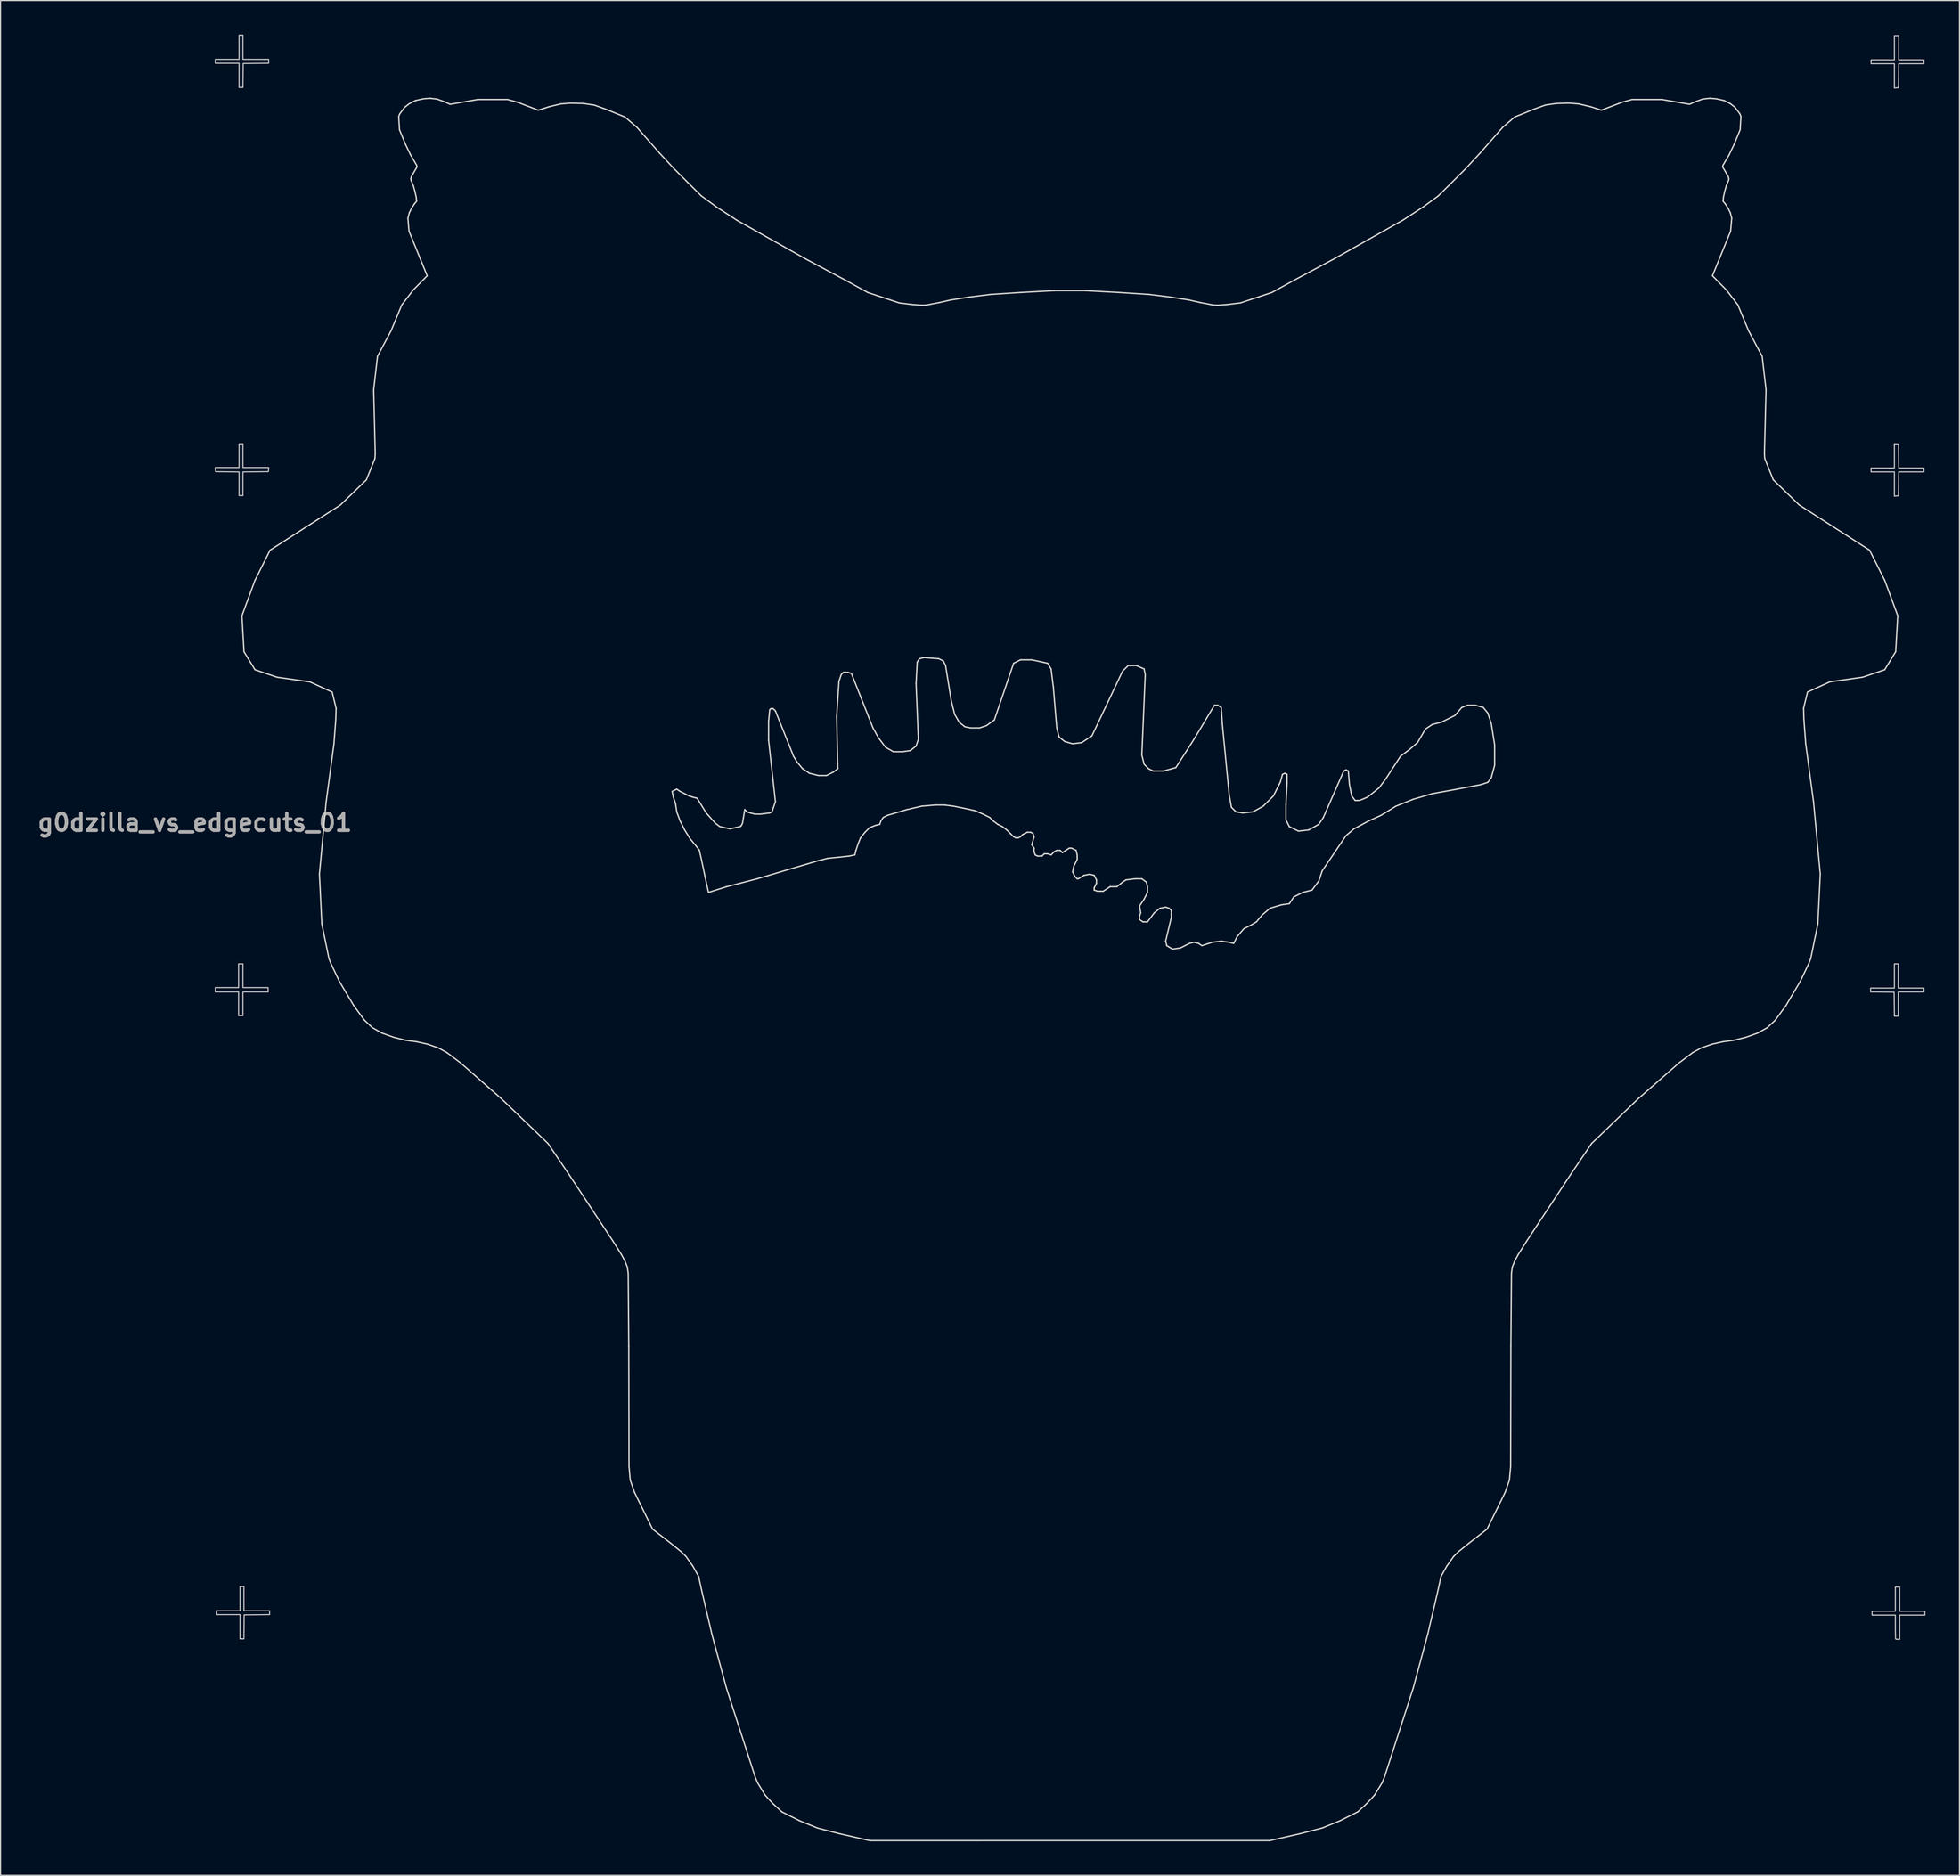
<source format=kicad_pcb>
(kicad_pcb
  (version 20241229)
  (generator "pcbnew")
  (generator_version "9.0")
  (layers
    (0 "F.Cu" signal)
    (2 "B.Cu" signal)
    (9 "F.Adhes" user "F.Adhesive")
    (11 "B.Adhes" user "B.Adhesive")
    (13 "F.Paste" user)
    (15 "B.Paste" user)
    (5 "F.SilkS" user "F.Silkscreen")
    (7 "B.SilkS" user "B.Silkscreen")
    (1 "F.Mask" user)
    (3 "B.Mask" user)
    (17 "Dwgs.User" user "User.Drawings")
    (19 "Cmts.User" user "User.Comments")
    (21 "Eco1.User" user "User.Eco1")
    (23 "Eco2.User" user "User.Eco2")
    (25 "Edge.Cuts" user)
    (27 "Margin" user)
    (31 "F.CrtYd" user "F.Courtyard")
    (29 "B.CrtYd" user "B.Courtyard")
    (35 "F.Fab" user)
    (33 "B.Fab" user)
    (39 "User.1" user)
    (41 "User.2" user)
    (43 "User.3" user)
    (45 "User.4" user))
  (footprint "g0dzilla_vs_edgecuts_01"
    (layer "F.Cu")
    (at 88.701 74.124)
    (property "Reference" "g0dzilla_vs_edgecuts_01" (at -74.58 -4.65 0) (layer "F.Fab") (effects (font (size 1.5 1.5) (thickness 0.3))))
    (attr board_only exclude_from_pos_files exclude_from_bom)
    (fp_poly (pts (xy -70.337 -73.007) (xy -70.337 -71.94) (xy -69.205 -71.94) (xy -68.074 -71.94) (xy -68.074 -71.77) (xy -68.074 -71.6) (xy -69.195 -71.589) (xy -70.315 -71.577) (xy -70.327 -70.521) (xy -70.338 -69.464) (xy -70.508 -69.464) (xy -70.678 -69.464) (xy -70.678 -70.531) (xy -70.678 -71.598) (xy -71.724 -71.598) (xy -72.77 -71.598) (xy -72.77 -71.769) (xy -72.77 -71.94) (xy -71.724 -71.94) (xy -70.678 -71.94) (xy -70.678 -73.007) (xy -70.678 -74.074) (xy -70.507 -74.074) (xy -70.337 -74.074)) (stroke (width 0.1) (type solid)) (fill no) (layer "Dwgs.User"))
    (fp_poly (pts (xy -70.337 -36.999) (xy -70.337 -35.953) (xy -69.203 -35.953) (xy -68.069 -35.953) (xy -68.082 -35.772) (xy -68.096 -35.59) (xy -69.216 -35.579) (xy -70.337 -35.567) (xy -70.337 -34.522) (xy -70.337 -33.477) (xy -70.507 -33.477) (xy -70.678 -33.477) (xy -70.678 -34.522) (xy -70.678 -35.567) (xy -71.713 -35.579) (xy -72.749 -35.59) (xy -72.762 -35.772) (xy -72.775 -35.953) (xy -71.727 -35.953) (xy -70.678 -35.953) (xy -70.678 -36.999) (xy -70.678 -38.045) (xy -70.507 -38.045) (xy -70.337 -38.045)) (stroke (width 0.1) (type solid)) (fill no) (layer "Dwgs.User"))
    (fp_poly (pts (xy -70.337 8.849) (xy -70.337 9.895) (xy -69.227 9.895) (xy -68.117 9.895) (xy -68.117 10.087) (xy -68.117 10.279) (xy -69.227 10.279) (xy -70.337 10.279) (xy -70.337 11.325) (xy -70.337 12.371) (xy -70.529 12.371) (xy -70.721 12.371) (xy -70.721 11.325) (xy -70.721 10.279) (xy -71.745 10.279) (xy -72.77 10.279) (xy -72.77 10.087) (xy -72.77 9.895) (xy -71.745 9.895) (xy -70.721 9.895) (xy -70.721 8.849) (xy -70.721 7.803) (xy -70.529 7.803) (xy -70.337 7.803)) (stroke (width 0.1) (type solid)) (fill no) (layer "Dwgs.User"))
    (fp_poly (pts (xy -70.251 63.769) (xy -70.251 64.836) (xy -69.12 64.836) (xy -67.989 64.836) (xy -67.989 65.006) (xy -67.989 65.176) (xy -69.109 65.187) (xy -70.23 65.199) (xy -70.241 66.255) (xy -70.253 67.312) (xy -70.423 67.312) (xy -70.593 67.312) (xy -70.593 66.245) (xy -70.593 65.177) (xy -71.617 65.177) (xy -72.642 65.177) (xy -72.642 65.007) (xy -72.642 64.836) (xy -71.617 64.836) (xy -70.593 64.836) (xy -70.593 63.769) (xy -70.593 62.701) (xy -70.422 62.701) (xy -70.251 62.701)) (stroke (width 0.1) (type solid)) (fill no) (layer "Dwgs.User"))
    (fp_poly (pts (xy 75.414 -38.037) (xy 75.596 -38.024) (xy 75.607 -36.967) (xy 75.619 -35.91) (xy 76.728 -35.91) (xy 77.837 -35.91) (xy 77.837 -35.74) (xy 77.837 -35.569) (xy 76.728 -35.569) (xy 75.619 -35.569) (xy 75.607 -34.512) (xy 75.596 -33.456) (xy 75.414 -33.443) (xy 75.233 -33.43) (xy 75.233 -34.499) (xy 75.233 -35.569) (xy 74.208 -35.569) (xy 73.184 -35.569) (xy 73.184 -35.74) (xy 73.184 -35.91) (xy 74.208 -35.91) (xy 75.233 -35.91) (xy 75.233 -36.98) (xy 75.233 -38.05)) (stroke (width 0.1) (type solid)) (fill no) (layer "Dwgs.User"))
    (fp_poly (pts (xy 75.575 8.87) (xy 75.575 9.938) (xy 76.706 9.938) (xy 77.837 9.938) (xy 77.837 10.108) (xy 77.837 10.279) (xy 76.706 10.279) (xy 75.575 10.279) (xy 75.575 11.346) (xy 75.575 12.414) (xy 75.405 12.414) (xy 75.235 12.414) (xy 75.223 11.357) (xy 75.212 10.301) (xy 74.176 10.289) (xy 73.141 10.278) (xy 73.141 10.108) (xy 73.141 9.938) (xy 74.187 9.938) (xy 75.233 9.938) (xy 75.233 8.87) (xy 75.233 7.803) (xy 75.404 7.803) (xy 75.575 7.803)) (stroke (width 0.1) (type solid)) (fill no) (layer "Dwgs.User"))
    (fp_poly (pts (xy 75.617 -72.965) (xy 75.617 -71.897) (xy 76.727 -71.897) (xy 77.837 -71.897) (xy 77.837 -71.727) (xy 77.837 -71.556) (xy 76.728 -71.556) (xy 75.619 -71.556) (xy 75.607 -70.499) (xy 75.596 -69.443) (xy 75.414 -69.43) (xy 75.233 -69.416) (xy 75.233 -70.486) (xy 75.233 -71.556) (xy 74.208 -71.556) (xy 73.184 -71.556) (xy 73.184 -71.727) (xy 73.184 -71.897) (xy 74.208 -71.897) (xy 75.233 -71.897) (xy 75.233 -72.965) (xy 75.233 -74.032) (xy 75.425 -74.032) (xy 75.617 -74.032)) (stroke (width 0.1) (type solid)) (fill no) (layer "Dwgs.User"))
    (fp_poly (pts (xy 75.703 63.811) (xy 75.703 64.878) (xy 76.813 64.878) (xy 77.922 64.878) (xy 77.922 65.049) (xy 77.922 65.22) (xy 76.813 65.22) (xy 75.703 65.22) (xy 75.703 66.287) (xy 75.703 67.354) (xy 75.539 67.354) (xy 75.426 67.348) (xy 75.354 67.331) (xy 75.347 67.326) (xy 75.339 67.277) (xy 75.332 67.155) (xy 75.326 66.971) (xy 75.322 66.738) (xy 75.319 66.468) (xy 75.318 66.259) (xy 75.318 65.22) (xy 74.294 65.22) (xy 73.269 65.22) (xy 73.269 65.049) (xy 73.269 64.878) (xy 74.294 64.878) (xy 75.318 64.878) (xy 75.318 63.811) (xy 75.318 62.744) (xy 75.511 62.744) (xy 75.703 62.744)) (stroke (width 0.1) (type solid)) (fill no) (layer "Dwgs.User"))
    (fp_line (start -70.425 -22.889) (end -69.285 -25.989) (stroke (width 0.12) (type default)) (layer "Edge.Cuts"))
    (fp_line (start -70.245 -19.719) (end -70.425 -22.889) (stroke (width 0.12) (type default)) (layer "Edge.Cuts"))
    (fp_line (start -69.285 -25.989) (end -67.945 -28.669) (stroke (width 0.12) (type default)) (layer "Edge.Cuts"))
    (fp_line (start -69.275 -18.129) (end -70.245 -19.719) (stroke (width 0.12) (type default)) (layer "Edge.Cuts"))
    (fp_line (start -67.945 -28.669) (end -61.745 -32.649) (stroke (width 0.12) (type default)) (layer "Edge.Cuts"))
    (fp_line (start -67.335 -17.469) (end -69.275 -18.129) (stroke (width 0.12) (type default)) (layer "Edge.Cuts"))
    (fp_line (start -64.445 -17.059) (end -67.335 -17.469) (stroke (width 0.12) (type default)) (layer "Edge.Cuts"))
    (fp_line (start -63.595 -0.109) (end -63.005 -6.459) (stroke (width 0.12) (type default)) (layer "Edge.Cuts"))
    (fp_line (start -63.385 4.271) (end -63.595 -0.109) (stroke (width 0.12) (type default)) (layer "Edge.Cuts"))
    (fp_line (start -63.005 -6.459) (end -62.315 -11.599) (stroke (width 0.12) (type default)) (layer "Edge.Cuts"))
    (fp_line (start -62.755 7.341) (end -63.385 4.271) (stroke (width 0.12) (type default)) (layer "Edge.Cuts"))
    (fp_line (start -62.595 7.751) (end -62.755 7.341) (stroke (width 0.12) (type default)) (layer "Edge.Cuts"))
    (fp_line (start -62.475 -16.159) (end -64.445 -17.059) (stroke (width 0.12) (type default)) (layer "Edge.Cuts"))
    (fp_line (start -62.315 -11.599) (end -62.155 -13.739) (stroke (width 0.12) (type default)) (layer "Edge.Cuts"))
    (fp_line (start -62.155 -13.739) (end -62.125 -14.729) (stroke (width 0.12) (type default)) (layer "Edge.Cuts"))
    (fp_line (start -62.125 -14.729) (end -62.475 -16.159) (stroke (width 0.12) (type default)) (layer "Edge.Cuts"))
    (fp_line (start -61.835 9.351) (end -62.595 7.751) (stroke (width 0.12) (type default)) (layer "Edge.Cuts"))
    (fp_line (start -61.745 -32.649) (end -59.455 -34.869) (stroke (width 0.12) (type default)) (layer "Edge.Cuts"))
    (fp_line (start -60.565 11.491) (end -61.835 9.351) (stroke (width 0.12) (type default)) (layer "Edge.Cuts"))
    (fp_line (start -59.625 12.771) (end -60.565 11.491) (stroke (width 0.12) (type default)) (layer "Edge.Cuts"))
    (fp_line (start -59.455 -34.869) (end -58.705 -36.739) (stroke (width 0.12) (type default)) (layer "Edge.Cuts"))
    (fp_line (start -58.925 13.431) (end -59.625 12.771) (stroke (width 0.12) (type default)) (layer "Edge.Cuts"))
    (fp_line (start -58.815 -42.819) (end -58.475 -45.759) (stroke (width 0.12) (type default)) (layer "Edge.Cuts"))
    (fp_line (start -58.705 -36.739) (end -58.675 -37.179) (stroke (width 0.12) (type default)) (layer "Edge.Cuts"))
    (fp_line (start -58.675 -37.179) (end -58.815 -42.819) (stroke (width 0.12) (type default)) (layer "Edge.Cuts"))
    (fp_line (start -58.475 -45.759) (end -57.275 -48.019) (stroke (width 0.12) (type default)) (layer "Edge.Cuts"))
    (fp_line (start -58.065 13.911) (end -58.925 13.431) (stroke (width 0.12) (type default)) (layer "Edge.Cuts"))
    (fp_line (start -57.275 -48.019) (end -56.335 -50.289) (stroke (width 0.12) (type default)) (layer "Edge.Cuts"))
    (fp_line (start -57.025 14.281) (end -58.065 13.911) (stroke (width 0.12) (type default)) (layer "Edge.Cuts"))
    (fp_line (start -56.605 -66.889) (end -56.525 -67.119) (stroke (width 0.12) (type default)) (layer "Edge.Cuts"))
    (fp_line (start -56.535 -65.729) (end -56.605 -66.889) (stroke (width 0.12) (type default)) (layer "Edge.Cuts"))
    (fp_line (start -56.525 -67.119) (end -56.085 -67.709) (stroke (width 0.12) (type default)) (layer "Edge.Cuts"))
    (fp_line (start -56.335 -50.289) (end -55.325 -51.609) (stroke (width 0.12) (type default)) (layer "Edge.Cuts"))
    (fp_line (start -56.085 -67.709) (end -55.675 -68.029) (stroke (width 0.12) (type default)) (layer "Edge.Cuts"))
    (fp_line (start -55.995 -64.419) (end -56.535 -65.729) (stroke (width 0.12) (type default)) (layer "Edge.Cuts"))
    (fp_line (start -55.975 14.541) (end -57.025 14.281) (stroke (width 0.12) (type default)) (layer "Edge.Cuts"))
    (fp_line (start -55.795 -57.939) (end -55.665 -58.419) (stroke (width 0.12) (type default)) (layer "Edge.Cuts"))
    (fp_line (start -55.695 -56.789) (end -55.795 -57.939) (stroke (width 0.12) (type default)) (layer "Edge.Cuts"))
    (fp_line (start -55.675 -68.029) (end -55.125 -68.309) (stroke (width 0.12) (type default)) (layer "Edge.Cuts"))
    (fp_line (start -55.665 -58.419) (end -55.475 -58.809) (stroke (width 0.12) (type default)) (layer "Edge.Cuts"))
    (fp_line (start -55.555 -63.509) (end -55.995 -64.419) (stroke (width 0.12) (type default)) (layer "Edge.Cuts"))
    (fp_line (start -55.535 -61.429) (end -55.485 -61.609) (stroke (width 0.12) (type default)) (layer "Edge.Cuts"))
    (fp_line (start -55.515 -61.279) (end -55.535 -61.429) (stroke (width 0.12) (type default)) (layer "Edge.Cuts"))
    (fp_line (start -55.485 -61.609) (end -54.995 -62.449) (stroke (width 0.12) (type default)) (layer "Edge.Cuts"))
    (fp_line (start -55.475 -58.809) (end -55.215 -59.209) (stroke (width 0.12) (type default)) (layer "Edge.Cuts"))
    (fp_line (start -55.325 -51.609) (end -54.095 -52.859) (stroke (width 0.12) (type default)) (layer "Edge.Cuts"))
    (fp_line (start -55.315 -60.799) (end -55.515 -61.279) (stroke (width 0.12) (type default)) (layer "Edge.Cuts"))
    (fp_line (start -55.215 -59.209) (end -55.025 -59.439) (stroke (width 0.12) (type default)) (layer "Edge.Cuts"))
    (fp_line (start -55.175 -60.299) (end -55.315 -60.799) (stroke (width 0.12) (type default)) (layer "Edge.Cuts"))
    (fp_line (start -55.125 -68.309) (end -54.455 -68.459) (stroke (width 0.12) (type default)) (layer "Edge.Cuts"))
    (fp_line (start -55.065 -59.799) (end -55.175 -60.299) (stroke (width 0.12) (type default)) (layer "Edge.Cuts"))
    (fp_line (start -55.025 -59.439) (end -55.065 -59.799) (stroke (width 0.12) (type default)) (layer "Edge.Cuts"))
    (fp_line (start -55.015 -62.589) (end -55.555 -63.509) (stroke (width 0.12) (type default)) (layer "Edge.Cuts"))
    (fp_line (start -55.015 14.671) (end -55.975 14.541) (stroke (width 0.12) (type default)) (layer "Edge.Cuts"))
    (fp_line (start -54.995 -62.449) (end -55.015 -62.589) (stroke (width 0.12) (type default)) (layer "Edge.Cuts"))
    (fp_line (start -54.455 -68.459) (end -53.865 -68.509) (stroke (width 0.12) (type default)) (layer "Edge.Cuts"))
    (fp_line (start -54.095 -52.859) (end -55.695 -56.789) (stroke (width 0.12) (type default)) (layer "Edge.Cuts"))
    (fp_line (start -54.065 14.881) (end -55.015 14.671) (stroke (width 0.12) (type default)) (layer "Edge.Cuts"))
    (fp_line (start -53.865 -68.509) (end -53.235 -68.439) (stroke (width 0.12) (type default)) (layer "Edge.Cuts"))
    (fp_line (start -53.235 -68.439) (end -52.565 -68.199) (stroke (width 0.12) (type default)) (layer "Edge.Cuts"))
    (fp_line (start -53.115 15.211) (end -54.065 14.881) (stroke (width 0.12) (type default)) (layer "Edge.Cuts"))
    (fp_line (start -52.565 -68.199) (end -52.075 -67.979) (stroke (width 0.12) (type default)) (layer "Edge.Cuts"))
    (fp_line (start -52.365 15.621) (end -53.115 15.211) (stroke (width 0.12) (type default)) (layer "Edge.Cuts"))
    (fp_line (start -52.075 -67.979) (end -49.645 -68.399) (stroke (width 0.12) (type default)) (layer "Edge.Cuts"))
    (fp_line (start -51.145 16.541) (end -52.365 15.621) (stroke (width 0.12) (type default)) (layer "Edge.Cuts"))
    (fp_line (start -49.645 -68.399) (end -47.005 -68.399) (stroke (width 0.12) (type default)) (layer "Edge.Cuts"))
    (fp_line (start -47.575 19.671) (end -51.145 16.541) (stroke (width 0.12) (type default)) (layer "Edge.Cuts"))
    (fp_line (start -47.005 -68.399) (end -46.155 -68.169) (stroke (width 0.12) (type default)) (layer "Edge.Cuts"))
    (fp_line (start -46.155 -68.169) (end -44.305 -67.459) (stroke (width 0.12) (type default)) (layer "Edge.Cuts"))
    (fp_line (start -44.305 -67.459) (end -43.365 -67.759) (stroke (width 0.12) (type default)) (layer "Edge.Cuts"))
    (fp_line (start -43.445 23.641) (end -47.575 19.671) (stroke (width 0.12) (type default)) (layer "Edge.Cuts"))
    (fp_line (start -43.365 -67.759) (end -42.325 -68.009) (stroke (width 0.12) (type default)) (layer "Edge.Cuts"))
    (fp_line (start -42.325 -68.009) (end -41.485 -68.079) (stroke (width 0.12) (type default)) (layer "Edge.Cuts"))
    (fp_line (start -41.695 26.221) (end -43.445 23.641) (stroke (width 0.12) (type default)) (layer "Edge.Cuts"))
    (fp_line (start -41.485 -68.079) (end -40.325 -68.049) (stroke (width 0.12) (type default)) (layer "Edge.Cuts"))
    (fp_line (start -40.325 -68.049) (end -39.365 -67.909) (stroke (width 0.12) (type default)) (layer "Edge.Cuts"))
    (fp_line (start -39.365 -67.909) (end -38.335 -67.539) (stroke (width 0.12) (type default)) (layer "Edge.Cuts"))
    (fp_line (start -38.335 -67.539) (end -36.665 -66.859) (stroke (width 0.12) (type default)) (layer "Edge.Cuts"))
    (fp_line (start -37.715 32.251) (end -41.695 26.221) (stroke (width 0.12) (type default)) (layer "Edge.Cuts"))
    (fp_line (start -36.965 33.441) (end -37.715 32.251) (stroke (width 0.12) (type default)) (layer "Edge.Cuts"))
    (fp_line (start -36.665 -66.859) (end -35.615 -65.959) (stroke (width 0.12) (type default)) (layer "Edge.Cuts"))
    (fp_line (start -36.655 34.021) (end -36.965 33.441) (stroke (width 0.12) (type default)) (layer "Edge.Cuts"))
    (fp_line (start -36.445 34.561) (end -36.655 34.021) (stroke (width 0.12) (type default)) (layer "Edge.Cuts"))
    (fp_line (start -36.375 35.111) (end -36.445 34.561) (stroke (width 0.12) (type default)) (layer "Edge.Cuts"))
    (fp_line (start -36.325 41.511) (end -36.375 35.111) (stroke (width 0.12) (type default)) (layer "Edge.Cuts"))
    (fp_line (start -36.305 52.101) (end -36.325 41.511) (stroke (width 0.12) (type default)) (layer "Edge.Cuts"))
    (fp_line (start -36.195 53.321) (end -36.305 52.101) (stroke (width 0.12) (type default)) (layer "Edge.Cuts"))
    (fp_line (start -35.815 54.411) (end -36.195 53.321) (stroke (width 0.12) (type default)) (layer "Edge.Cuts"))
    (fp_line (start -35.615 -65.959) (end -33.605 -63.669) (stroke (width 0.12) (type default)) (layer "Edge.Cuts"))
    (fp_line (start -34.225 57.641) (end -35.815 54.411) (stroke (width 0.12) (type default)) (layer "Edge.Cuts"))
    (fp_line (start -33.605 -63.669) (end -32.345 -62.309) (stroke (width 0.12) (type default)) (layer "Edge.Cuts"))
    (fp_line (start -32.655 58.861) (end -34.225 57.641) (stroke (width 0.12) (type default)) (layer "Edge.Cuts"))
    (fp_line (start -32.5 -7.4) (end -32.1 -7.6) (stroke (width 0.12) (type default)) (layer "Edge.Cuts"))
    (fp_line (start -32.4 -6.9) (end -32.5 -7.4) (stroke (width 0.12) (type default)) (layer "Edge.Cuts"))
    (fp_line (start -32.345 -62.309) (end -31.045 -61.009) (stroke (width 0.12) (type default)) (layer "Edge.Cuts"))
    (fp_line (start -32.2 -6.3) (end -32.4 -6.9) (stroke (width 0.12) (type default)) (layer "Edge.Cuts"))
    (fp_line (start -32.1 -7.6) (end -31.8 -7.4) (stroke (width 0.12) (type default)) (layer "Edge.Cuts"))
    (fp_line (start -32.1 -5.6) (end -32.2 -6.3) (stroke (width 0.12) (type default)) (layer "Edge.Cuts"))
    (fp_line (start -31.8 -7.4) (end -31.4 -7.2) (stroke (width 0.12) (type default)) (layer "Edge.Cuts"))
    (fp_line (start -31.8 -4.8) (end -32.1 -5.6) (stroke (width 0.12) (type default)) (layer "Edge.Cuts"))
    (fp_line (start -31.725 59.611) (end -32.655 58.861) (stroke (width 0.12) (type default)) (layer "Edge.Cuts"))
    (fp_line (start -31.4 -7.2) (end -31 -7) (stroke (width 0.12) (type default)) (layer "Edge.Cuts"))
    (fp_line (start -31.4 -4) (end -31.8 -4.8) (stroke (width 0.12) (type default)) (layer "Edge.Cuts"))
    (fp_line (start -31.285 60.041) (end -31.725 59.611) (stroke (width 0.12) (type default)) (layer "Edge.Cuts"))
    (fp_line (start -31.045 -61.009) (end -29.925 -59.899) (stroke (width 0.12) (type default)) (layer "Edge.Cuts"))
    (fp_line (start -31 -7) (end -30.7 -6.9) (stroke (width 0.12) (type default)) (layer "Edge.Cuts"))
    (fp_line (start -30.9 -3.2) (end -31.4 -4) (stroke (width 0.12) (type default)) (layer "Edge.Cuts"))
    (fp_line (start -30.7 -6.9) (end -30.3 -6.8) (stroke (width 0.12) (type default)) (layer "Edge.Cuts"))
    (fp_line (start -30.675 60.901) (end -31.285 60.041) (stroke (width 0.12) (type default)) (layer "Edge.Cuts"))
    (fp_line (start -30.4 -2.6) (end -30.9 -3.2) (stroke (width 0.12) (type default)) (layer "Edge.Cuts"))
    (fp_line (start -30.3 -6.8) (end -29.5 -5.5) (stroke (width 0.12) (type default)) (layer "Edge.Cuts"))
    (fp_line (start -30.165 61.821) (end -30.675 60.901) (stroke (width 0.12) (type default)) (layer "Edge.Cuts"))
    (fp_line (start -30.1 -2.2) (end -30.4 -2.6) (stroke (width 0.12) (type default)) (layer "Edge.Cuts"))
    (fp_line (start -29.925 -59.899) (end -28.555 -58.899) (stroke (width 0.12) (type default)) (layer "Edge.Cuts"))
    (fp_line (start -29.9 -1.3) (end -30.1 -2.2) (stroke (width 0.12) (type default)) (layer "Edge.Cuts"))
    (fp_line (start -29.895 63.071) (end -30.165 61.821) (stroke (width 0.12) (type default)) (layer "Edge.Cuts"))
    (fp_line (start -29.5 -5.5) (end -28.7 -4.6) (stroke (width 0.12) (type default)) (layer "Edge.Cuts"))
    (fp_line (start -29.5 0.6) (end -29.9 -1.3) (stroke (width 0.12) (type default)) (layer "Edge.Cuts"))
    (fp_line (start -29.3 1.5) (end -29.5 0.6) (stroke (width 0.12) (type default)) (layer "Edge.Cuts"))
    (fp_line (start -29.005 66.881) (end -29.895 63.071) (stroke (width 0.12) (type default)) (layer "Edge.Cuts"))
    (fp_line (start -28.7 -4.6) (end -28.3 -4.3) (stroke (width 0.12) (type default)) (layer "Edge.Cuts"))
    (fp_line (start -28.555 -58.899) (end -26.785 -57.749) (stroke (width 0.12) (type default)) (layer "Edge.Cuts"))
    (fp_line (start -28.3 -4.3) (end -27.4 -4.1) (stroke (width 0.12) (type default)) (layer "Edge.Cuts"))
    (fp_line (start -27.725 71.631) (end -29.005 66.881) (stroke (width 0.12) (type default)) (layer "Edge.Cuts"))
    (fp_line (start -27.7 1) (end -29.3 1.5) (stroke (width 0.12) (type default)) (layer "Edge.Cuts"))
    (fp_line (start -27.4 -4.1) (end -26.5 -4.3) (stroke (width 0.12) (type default)) (layer "Edge.Cuts"))
    (fp_line (start -26.785 -57.749) (end -20.685 -54.319) (stroke (width 0.12) (type default)) (layer "Edge.Cuts"))
    (fp_line (start -26.5 -4.3) (end -26.4 -4.4) (stroke (width 0.12) (type default)) (layer "Edge.Cuts"))
    (fp_line (start -26.4 -4.4) (end -26.3 -4.6) (stroke (width 0.12) (type default)) (layer "Edge.Cuts"))
    (fp_line (start -26.3 -4.6) (end -26.1 -5.8) (stroke (width 0.12) (type default)) (layer "Edge.Cuts"))
    (fp_line (start -26.1 -5.8) (end -25.9 -5.6) (stroke (width 0.12) (type default)) (layer "Edge.Cuts"))
    (fp_line (start -25.9 -5.6) (end -25.6 -5.5) (stroke (width 0.12) (type default)) (layer "Edge.Cuts"))
    (fp_line (start -25.6 -5.5) (end -25.2 -5.4) (stroke (width 0.12) (type default)) (layer "Edge.Cuts"))
    (fp_line (start -25.2 -5.4) (end -24.7 -5.4) (stroke (width 0.12) (type default)) (layer "Edge.Cuts"))
    (fp_line (start -25.195 79.461) (end -27.725 71.631) (stroke (width 0.12) (type default)) (layer "Edge.Cuts"))
    (fp_line (start -25 0.3) (end -27.7 1) (stroke (width 0.12) (type default)) (layer "Edge.Cuts"))
    (fp_line (start -24.985 79.981) (end -25.195 79.461) (stroke (width 0.12) (type default)) (layer "Edge.Cuts"))
    (fp_line (start -24.7 -5.4) (end -23.9 -5.5) (stroke (width 0.12) (type default)) (layer "Edge.Cuts"))
    (fp_line (start -24.315 81.081) (end -24.985 79.981) (stroke (width 0.12) (type default)) (layer "Edge.Cuts"))
    (fp_line (start -24 -13.6) (end -23.9 -14.6) (stroke (width 0.12) (type default)) (layer "Edge.Cuts"))
    (fp_line (start -24 -11.9) (end -24 -13.6) (stroke (width 0.12) (type default)) (layer "Edge.Cuts"))
    (fp_line (start -23.9 -14.6) (end -23.8 -14.7) (stroke (width 0.12) (type default)) (layer "Edge.Cuts"))
    (fp_line (start -23.9 -5.5) (end -23.7 -5.6) (stroke (width 0.12) (type default)) (layer "Edge.Cuts"))
    (fp_line (start -23.8 -14.7) (end -23.6 -14.7) (stroke (width 0.12) (type default)) (layer "Edge.Cuts"))
    (fp_line (start -23.7 -5.6) (end -23.4 -6.5) (stroke (width 0.12) (type default)) (layer "Edge.Cuts"))
    (fp_line (start -23.675 81.781) (end -24.315 81.081) (stroke (width 0.12) (type default)) (layer "Edge.Cuts"))
    (fp_line (start -23.6 -14.7) (end -23.4 -14.5) (stroke (width 0.12) (type default)) (layer "Edge.Cuts"))
    (fp_line (start -23.4 -14.5) (end -21.8 -10.5) (stroke (width 0.12) (type default)) (layer "Edge.Cuts"))
    (fp_line (start -23.4 -6.5) (end -24 -11.9) (stroke (width 0.12) (type default)) (layer "Edge.Cuts"))
    (fp_line (start -22.835 82.561) (end -23.675 81.781) (stroke (width 0.12) (type default)) (layer "Edge.Cuts"))
    (fp_line (start -22.3 -0.5) (end -25 0.3) (stroke (width 0.12) (type default)) (layer "Edge.Cuts"))
    (fp_line (start -21.8 -10.5) (end -21.5 -10) (stroke (width 0.12) (type default)) (layer "Edge.Cuts"))
    (fp_line (start -21.5 -10) (end -21 -9.4) (stroke (width 0.12) (type default)) (layer "Edge.Cuts"))
    (fp_line (start -21.245 83.361) (end -22.835 82.561) (stroke (width 0.12) (type default)) (layer "Edge.Cuts"))
    (fp_line (start -21 -9.4) (end -20.4 -9) (stroke (width 0.12) (type default)) (layer "Edge.Cuts"))
    (fp_line (start -20.685 -54.319) (end -17.075 -52.389) (stroke (width 0.12) (type default)) (layer "Edge.Cuts"))
    (fp_line (start -20.6 -1) (end -22.3 -0.5) (stroke (width 0.12) (type default)) (layer "Edge.Cuts"))
    (fp_line (start -20.4 -9) (end -19.6 -8.8) (stroke (width 0.12) (type default)) (layer "Edge.Cuts"))
    (fp_line (start -19.695 83.991) (end -21.245 83.361) (stroke (width 0.12) (type default)) (layer "Edge.Cuts"))
    (fp_line (start -19.6 -8.8) (end -18.9 -8.8) (stroke (width 0.12) (type default)) (layer "Edge.Cuts"))
    (fp_line (start -19.6 -1.3) (end -20.6 -1) (stroke (width 0.12) (type default)) (layer "Edge.Cuts"))
    (fp_line (start -18.9 -8.8) (end -18.3 -9.1) (stroke (width 0.12) (type default)) (layer "Edge.Cuts"))
    (fp_line (start -18.8 -1.5) (end -19.6 -1.3) (stroke (width 0.12) (type default)) (layer "Edge.Cuts"))
    (fp_line (start -18.3 -9.1) (end -17.9 -9.4) (stroke (width 0.12) (type default)) (layer "Edge.Cuts"))
    (fp_line (start -18 -14) (end -17.8 -17.1) (stroke (width 0.12) (type default)) (layer "Edge.Cuts"))
    (fp_line (start -17.9 -9.4) (end -18 -14) (stroke (width 0.12) (type default)) (layer "Edge.Cuts"))
    (fp_line (start -17.8 -17.1) (end -17.6 -17.7) (stroke (width 0.12) (type default)) (layer "Edge.Cuts"))
    (fp_line (start -17.8 -1.6) (end -18.8 -1.5) (stroke (width 0.12) (type default)) (layer "Edge.Cuts"))
    (fp_line (start -17.705 84.501) (end -19.695 83.991) (stroke (width 0.12) (type default)) (layer "Edge.Cuts"))
    (fp_line (start -17.6 -17.7) (end -17.4 -17.9) (stroke (width 0.12) (type default)) (layer "Edge.Cuts"))
    (fp_line (start -17.4 -17.9) (end -17 -17.9) (stroke (width 0.12) (type default)) (layer "Edge.Cuts"))
    (fp_line (start -17.075 -52.389) (end -15.265 -51.389) (stroke (width 0.12) (type default)) (layer "Edge.Cuts"))
    (fp_line (start -17 -17.9) (end -16.7 -17.8) (stroke (width 0.12) (type default)) (layer "Edge.Cuts"))
    (fp_line (start -16.9 -1.7) (end -17.8 -1.6) (stroke (width 0.12) (type default)) (layer "Edge.Cuts"))
    (fp_line (start -16.7 -17.8) (end -14.8 -13) (stroke (width 0.12) (type default)) (layer "Edge.Cuts"))
    (fp_line (start -16.4 -1.8) (end -16.9 -1.7) (stroke (width 0.12) (type default)) (layer "Edge.Cuts"))
    (fp_line (start -16.3 -2.2) (end -16.4 -1.8) (stroke (width 0.12) (type default)) (layer "Edge.Cuts"))
    (fp_line (start -16.1 -2.8) (end -16.3 -2.2) (stroke (width 0.12) (type default)) (layer "Edge.Cuts"))
    (fp_line (start -15.9 -3.3) (end -16.1 -2.8) (stroke (width 0.12) (type default)) (layer "Edge.Cuts"))
    (fp_line (start -15.5 -3.8) (end -15.9 -3.3) (stroke (width 0.12) (type default)) (layer "Edge.Cuts"))
    (fp_line (start -15.265 -51.389) (end -12.485 -50.469) (stroke (width 0.12) (type default)) (layer "Edge.Cuts"))
    (fp_line (start -15.1 -4.2) (end -15.5 -3.8) (stroke (width 0.12) (type default)) (layer "Edge.Cuts"))
    (fp_line (start -15.075 85.101) (end -17.705 84.501) (stroke (width 0.12) (type default)) (layer "Edge.Cuts"))
    (fp_line (start -15.075 85.101) (end 20.18 85.1) (stroke (width 0.12) (type default)) (layer "Edge.Cuts"))
    (fp_line (start -14.8 -13) (end -14.3 -12.1) (stroke (width 0.12) (type default)) (layer "Edge.Cuts"))
    (fp_line (start -14.6 -4.4) (end -15.1 -4.2) (stroke (width 0.12) (type default)) (layer "Edge.Cuts"))
    (fp_line (start -14.3 -12.1) (end -13.7 -11.3) (stroke (width 0.12) (type default)) (layer "Edge.Cuts"))
    (fp_line (start -14.2 -4.5) (end -14.6 -4.4) (stroke (width 0.12) (type default)) (layer "Edge.Cuts"))
    (fp_line (start -14.1 -4.8) (end -14.2 -4.5) (stroke (width 0.12) (type default)) (layer "Edge.Cuts"))
    (fp_line (start -13.9 -5.1) (end -14.1 -4.8) (stroke (width 0.12) (type default)) (layer "Edge.Cuts"))
    (fp_line (start -13.7 -11.3) (end -13 -10.9) (stroke (width 0.12) (type default)) (layer "Edge.Cuts"))
    (fp_line (start -13.5 -5.3) (end -13.9 -5.1) (stroke (width 0.12) (type default)) (layer "Edge.Cuts"))
    (fp_line (start -13 -10.9) (end -12.2 -10.9) (stroke (width 0.12) (type default)) (layer "Edge.Cuts"))
    (fp_line (start -12.485 -50.469) (end -11.335 -50.329) (stroke (width 0.12) (type default)) (layer "Edge.Cuts"))
    (fp_line (start -12.2 -10.9) (end -11.5 -11) (stroke (width 0.12) (type default)) (layer "Edge.Cuts"))
    (fp_line (start -11.8 -5.8) (end -13.5 -5.3) (stroke (width 0.12) (type default)) (layer "Edge.Cuts"))
    (fp_line (start -11.5 -11) (end -11 -11.4) (stroke (width 0.12) (type default)) (layer "Edge.Cuts"))
    (fp_line (start -11.335 -50.329) (end -10.475 -50.269) (stroke (width 0.12) (type default)) (layer "Edge.Cuts"))
    (fp_line (start -11 -16.9) (end -10.9 -18.8) (stroke (width 0.12) (type default)) (layer "Edge.Cuts"))
    (fp_line (start -11 -11.4) (end -10.8 -12) (stroke (width 0.12) (type default)) (layer "Edge.Cuts"))
    (fp_line (start -10.9 -18.8) (end -10.7 -19.1) (stroke (width 0.12) (type default)) (layer "Edge.Cuts"))
    (fp_line (start -10.8 -12) (end -11 -16.9) (stroke (width 0.12) (type default)) (layer "Edge.Cuts"))
    (fp_line (start -10.7 -19.1) (end -10.3 -19.2) (stroke (width 0.12) (type default)) (layer "Edge.Cuts"))
    (fp_line (start -10.5 -6.1) (end -11.8 -5.8) (stroke (width 0.12) (type default)) (layer "Edge.Cuts"))
    (fp_line (start -10.475 -50.269) (end -10.075 -50.289) (stroke (width 0.12) (type default)) (layer "Edge.Cuts"))
    (fp_line (start -10.3 -19.2) (end -9 -19.1) (stroke (width 0.12) (type default)) (layer "Edge.Cuts"))
    (fp_line (start -10.075 -50.289) (end -8.965 -50.499) (stroke (width 0.12) (type default)) (layer "Edge.Cuts"))
    (fp_line (start -9.3 -6.2) (end -10.5 -6.1) (stroke (width 0.12) (type default)) (layer "Edge.Cuts"))
    (fp_line (start -9 -19.1) (end -8.6 -18.9) (stroke (width 0.12) (type default)) (layer "Edge.Cuts"))
    (fp_line (start -8.965 -50.499) (end -7.945 -50.729) (stroke (width 0.12) (type default)) (layer "Edge.Cuts"))
    (fp_line (start -8.6 -18.9) (end -8.4 -18.5) (stroke (width 0.12) (type default)) (layer "Edge.Cuts"))
    (fp_line (start -8.5 -6.2) (end -9.3 -6.2) (stroke (width 0.12) (type default)) (layer "Edge.Cuts"))
    (fp_line (start -8.4 -18.5) (end -7.9 -15.4) (stroke (width 0.12) (type default)) (layer "Edge.Cuts"))
    (fp_line (start -7.945 -50.729) (end -6.285 -50.989) (stroke (width 0.12) (type default)) (layer "Edge.Cuts"))
    (fp_line (start -7.9 -15.4) (end -7.6 -14.2) (stroke (width 0.12) (type default)) (layer "Edge.Cuts"))
    (fp_line (start -7.7 -6.1) (end -8.5 -6.2) (stroke (width 0.12) (type default)) (layer "Edge.Cuts"))
    (fp_line (start -7.6 -14.2) (end -7.2 -13.5) (stroke (width 0.12) (type default)) (layer "Edge.Cuts"))
    (fp_line (start -7.2 -13.5) (end -6.7 -13.1) (stroke (width 0.12) (type default)) (layer "Edge.Cuts"))
    (fp_line (start -6.7 -13.1) (end -6.2 -13) (stroke (width 0.12) (type default)) (layer "Edge.Cuts"))
    (fp_line (start -6.7 -5.9) (end -7.7 -6.1) (stroke (width 0.12) (type default)) (layer "Edge.Cuts"))
    (fp_line (start -6.285 -50.989) (end -4.425 -51.219) (stroke (width 0.12) (type default)) (layer "Edge.Cuts"))
    (fp_line (start -6.2 -13) (end -5.4 -13) (stroke (width 0.12) (type default)) (layer "Edge.Cuts"))
    (fp_line (start -5.8 -5.7) (end -6.7 -5.9) (stroke (width 0.12) (type default)) (layer "Edge.Cuts"))
    (fp_line (start -5.4 -13) (end -4.8 -13.2) (stroke (width 0.12) (type default)) (layer "Edge.Cuts"))
    (fp_line (start -5.1 -5.4) (end -5.8 -5.7) (stroke (width 0.12) (type default)) (layer "Edge.Cuts"))
    (fp_line (start -4.8 -13.2) (end -4.1 -13.7) (stroke (width 0.12) (type default)) (layer "Edge.Cuts"))
    (fp_line (start -4.5 -5.1) (end -5.1 -5.4) (stroke (width 0.12) (type default)) (layer "Edge.Cuts"))
    (fp_line (start -4.425 -51.219) (end -1.785 -51.389) (stroke (width 0.12) (type default)) (layer "Edge.Cuts"))
    (fp_line (start -4.2 -4.8) (end -4.5 -5.1) (stroke (width 0.12) (type default)) (layer "Edge.Cuts"))
    (fp_line (start -4.1 -13.7) (end -2.4 -18.7) (stroke (width 0.12) (type default)) (layer "Edge.Cuts"))
    (fp_line (start -3.8 -4.5) (end -4.2 -4.8) (stroke (width 0.12) (type default)) (layer "Edge.Cuts"))
    (fp_line (start -3.4 -4.3) (end -3.8 -4.5) (stroke (width 0.12) (type default)) (layer "Edge.Cuts"))
    (fp_line (start -3 -4) (end -3.4 -4.3) (stroke (width 0.12) (type default)) (layer "Edge.Cuts"))
    (fp_line (start -2.7 -3.7) (end -3 -4) (stroke (width 0.12) (type default)) (layer "Edge.Cuts"))
    (fp_line (start -2.4 -18.7) (end -1.8 -19) (stroke (width 0.12) (type default)) (layer "Edge.Cuts"))
    (fp_line (start -2.4 -3.4) (end -2.7 -3.7) (stroke (width 0.12) (type default)) (layer "Edge.Cuts"))
    (fp_line (start -2.2 -3.3) (end -2.4 -3.4) (stroke (width 0.12) (type default)) (layer "Edge.Cuts"))
    (fp_line (start -2 -3.3) (end -2.2 -3.3) (stroke (width 0.12) (type default)) (layer "Edge.Cuts"))
    (fp_line (start -1.8 -19) (end -0.8 -19) (stroke (width 0.12) (type default)) (layer "Edge.Cuts"))
    (fp_line (start -1.8 -3.4) (end -2 -3.3) (stroke (width 0.12) (type default)) (layer "Edge.Cuts"))
    (fp_line (start -1.785 -51.389) (end 1.195 -51.549) (stroke (width 0.12) (type default)) (layer "Edge.Cuts"))
    (fp_line (start -1.6 -3.6) (end -1.8 -3.4) (stroke (width 0.12) (type default)) (layer "Edge.Cuts"))
    (fp_line (start -1.2 -3.8) (end -1.6 -3.6) (stroke (width 0.12) (type default)) (layer "Edge.Cuts"))
    (fp_line (start -0.9 -3.8) (end -1.2 -3.8) (stroke (width 0.12) (type default)) (layer "Edge.Cuts"))
    (fp_line (start -0.8 -19) (end 0.6 -18.7) (stroke (width 0.12) (type default)) (layer "Edge.Cuts"))
    (fp_line (start -0.8 -2.7) (end -0.6 -3.4) (stroke (width 0.12) (type default)) (layer "Edge.Cuts"))
    (fp_line (start -0.7 -3.7) (end -0.9 -3.8) (stroke (width 0.12) (type default)) (layer "Edge.Cuts"))
    (fp_line (start -0.6 -3.4) (end -0.7 -3.7) (stroke (width 0.12) (type default)) (layer "Edge.Cuts"))
    (fp_line (start -0.6 -2.4) (end -0.8 -2.7) (stroke (width 0.12) (type default)) (layer "Edge.Cuts"))
    (fp_line (start -0.6 -2.1) (end -0.6 -2.4) (stroke (width 0.12) (type default)) (layer "Edge.Cuts"))
    (fp_line (start -0.5 -1.8) (end -0.6 -2.1) (stroke (width 0.12) (type default)) (layer "Edge.Cuts"))
    (fp_line (start -0.3 -1.7) (end -0.5 -1.8) (stroke (width 0.12) (type default)) (layer "Edge.Cuts"))
    (fp_line (start 0.1 -1.7) (end -0.3 -1.7) (stroke (width 0.12) (type default)) (layer "Edge.Cuts"))
    (fp_line (start 0.3 -1.9) (end 0.1 -1.7) (stroke (width 0.12) (type default)) (layer "Edge.Cuts"))
    (fp_line (start 0.6 -18.7) (end 0.9 -18.2) (stroke (width 0.12) (type default)) (layer "Edge.Cuts"))
    (fp_line (start 0.6 -1.9) (end 0.3 -1.9) (stroke (width 0.12) (type default)) (layer "Edge.Cuts"))
    (fp_line (start 0.9 -18.2) (end 1.1 -16.6) (stroke (width 0.12) (type default)) (layer "Edge.Cuts"))
    (fp_line (start 0.9 -1.8) (end 0.6 -1.9) (stroke (width 0.12) (type default)) (layer "Edge.Cuts"))
    (fp_line (start 1.1 -16.6) (end 1.4 -13) (stroke (width 0.12) (type default)) (layer "Edge.Cuts"))
    (fp_line (start 1.195 -51.549) (end 3.91 -51.55) (stroke (width 0.12) (type default)) (layer "Edge.Cuts"))
    (fp_line (start 1.2 -2.1) (end 0.9 -1.8) (stroke (width 0.12) (type default)) (layer "Edge.Cuts"))
    (fp_line (start 1.4 -13) (end 1.6 -12.2) (stroke (width 0.12) (type default)) (layer "Edge.Cuts"))
    (fp_line (start 1.4 -2.2) (end 1.2 -2.1) (stroke (width 0.12) (type default)) (layer "Edge.Cuts"))
    (fp_line (start 1.6 -12.2) (end 2.1 -11.8) (stroke (width 0.12) (type default)) (layer "Edge.Cuts"))
    (fp_line (start 1.7 -2.2) (end 1.4 -2.2) (stroke (width 0.12) (type default)) (layer "Edge.Cuts"))
    (fp_line (start 1.9 -2) (end 1.7 -2.2) (stroke (width 0.12) (type default)) (layer "Edge.Cuts"))
    (fp_line (start 2.1 -11.8) (end 2.8 -11.6) (stroke (width 0.12) (type default)) (layer "Edge.Cuts"))
    (fp_line (start 2.2 -2.2) (end 1.9 -2) (stroke (width 0.12) (type default)) (layer "Edge.Cuts"))
    (fp_line (start 2.5 -2.4) (end 2.2 -2.2) (stroke (width 0.12) (type default)) (layer "Edge.Cuts"))
    (fp_line (start 2.7 -2.4) (end 2.5 -2.4) (stroke (width 0.12) (type default)) (layer "Edge.Cuts"))
    (fp_line (start 2.8 -11.6) (end 3.6 -11.7) (stroke (width 0.12) (type default)) (layer "Edge.Cuts"))
    (fp_line (start 2.8 -0.3) (end 2.9 -0.8) (stroke (width 0.12) (type default)) (layer "Edge.Cuts"))
    (fp_line (start 2.9 -2.3) (end 2.7 -2.4) (stroke (width 0.12) (type default)) (layer "Edge.Cuts"))
    (fp_line (start 2.9 -0.8) (end 3.2 -1.4) (stroke (width 0.12) (type default)) (layer "Edge.Cuts"))
    (fp_line (start 3 0.1) (end 2.8 -0.3) (stroke (width 0.12) (type default)) (layer "Edge.Cuts"))
    (fp_line (start 3.1 -2.2) (end 2.9 -2.3) (stroke (width 0.12) (type default)) (layer "Edge.Cuts"))
    (fp_line (start 3.2 -1.8) (end 3.1 -2.2) (stroke (width 0.12) (type default)) (layer "Edge.Cuts"))
    (fp_line (start 3.2 -1.4) (end 3.2 -1.8) (stroke (width 0.12) (type default)) (layer "Edge.Cuts"))
    (fp_line (start 3.2 0.3) (end 3 0.1) (stroke (width 0.12) (type default)) (layer "Edge.Cuts"))
    (fp_line (start 3.3 0.3) (end 3.2 0.3) (stroke (width 0.12) (type default)) (layer "Edge.Cuts"))
    (fp_line (start 3.6 -11.7) (end 4.5 -12.3) (stroke (width 0.12) (type default)) (layer "Edge.Cuts"))
    (fp_line (start 3.8 0) (end 3.3 0.3) (stroke (width 0.12) (type default)) (layer "Edge.Cuts"))
    (fp_line (start 4.3 -0.1) (end 3.8 0) (stroke (width 0.12) (type default)) (layer "Edge.Cuts"))
    (fp_line (start 4.5 -12.3) (end 7.2 -18) (stroke (width 0.12) (type default)) (layer "Edge.Cuts"))
    (fp_line (start 4.7 0) (end 4.3 -0.1) (stroke (width 0.12) (type default)) (layer "Edge.Cuts"))
    (fp_line (start 4.7 1.1) (end 4.9 0.7) (stroke (width 0.12) (type default)) (layer "Edge.Cuts"))
    (fp_line (start 4.7 1.3) (end 4.7 1.1) (stroke (width 0.12) (type default)) (layer "Edge.Cuts"))
    (fp_line (start 4.9 0.4) (end 4.7 0) (stroke (width 0.12) (type default)) (layer "Edge.Cuts"))
    (fp_line (start 4.9 0.7) (end 4.9 0.4) (stroke (width 0.12) (type default)) (layer "Edge.Cuts"))
    (fp_line (start 5 1.4) (end 4.7 1.3) (stroke (width 0.12) (type default)) (layer "Edge.Cuts"))
    (fp_line (start 5.5 1.4) (end 5 1.4) (stroke (width 0.12) (type default)) (layer "Edge.Cuts"))
    (fp_line (start 6.1 1) (end 5.5 1.4) (stroke (width 0.12) (type default)) (layer "Edge.Cuts"))
    (fp_line (start 6.7 1) (end 6.1 1) (stroke (width 0.12) (type default)) (layer "Edge.Cuts"))
    (fp_line (start 6.89 -51.39) (end 3.91 -51.55) (stroke (width 0.12) (type default)) (layer "Edge.Cuts"))
    (fp_line (start 7.2 -18) (end 7.7 -18.5) (stroke (width 0.12) (type default)) (layer "Edge.Cuts"))
    (fp_line (start 7.2 0.6) (end 6.7 1) (stroke (width 0.12) (type default)) (layer "Edge.Cuts"))
    (fp_line (start 7.5 0.4) (end 7.2 0.6) (stroke (width 0.12) (type default)) (layer "Edge.Cuts"))
    (fp_line (start 7.7 -18.5) (end 8.4 -18.5) (stroke (width 0.12) (type default)) (layer "Edge.Cuts"))
    (fp_line (start 8.3 0.3) (end 7.5 0.4) (stroke (width 0.12) (type default)) (layer "Edge.Cuts"))
    (fp_line (start 8.4 -18.5) (end 9.1 -18.2) (stroke (width 0.12) (type default)) (layer "Edge.Cuts"))
    (fp_line (start 8.7 2.7) (end 9.1 2.1) (stroke (width 0.12) (type default)) (layer "Edge.Cuts"))
    (fp_line (start 8.7 3.6) (end 8.8 3.3) (stroke (width 0.12) (type default)) (layer "Edge.Cuts"))
    (fp_line (start 8.7 3.9) (end 8.7 3.6) (stroke (width 0.12) (type default)) (layer "Edge.Cuts"))
    (fp_line (start 8.8 3.3) (end 8.7 2.7) (stroke (width 0.12) (type default)) (layer "Edge.Cuts"))
    (fp_line (start 8.9 -10.6) (end 9.1 -9.8) (stroke (width 0.12) (type default)) (layer "Edge.Cuts"))
    (fp_line (start 8.9 0.3) (end 8.3 0.3) (stroke (width 0.12) (type default)) (layer "Edge.Cuts"))
    (fp_line (start 9 4.1) (end 8.7 3.9) (stroke (width 0.12) (type default)) (layer "Edge.Cuts"))
    (fp_line (start 9.1 -18.2) (end 9.2 -17.7) (stroke (width 0.12) (type default)) (layer "Edge.Cuts"))
    (fp_line (start 9.1 -9.8) (end 9.5 -9.4) (stroke (width 0.12) (type default)) (layer "Edge.Cuts"))
    (fp_line (start 9.1 2.1) (end 9.4 1.5) (stroke (width 0.12) (type default)) (layer "Edge.Cuts"))
    (fp_line (start 9.2 -17.7) (end 8.9 -10.6) (stroke (width 0.12) (type default)) (layer "Edge.Cuts"))
    (fp_line (start 9.3 0.6) (end 8.9 0.3) (stroke (width 0.12) (type default)) (layer "Edge.Cuts"))
    (fp_line (start 9.4 1) (end 9.3 0.6) (stroke (width 0.12) (type default)) (layer "Edge.Cuts"))
    (fp_line (start 9.4 1.5) (end 9.4 1) (stroke (width 0.12) (type default)) (layer "Edge.Cuts"))
    (fp_line (start 9.4 4.1) (end 9 4.1) (stroke (width 0.12) (type default)) (layer "Edge.Cuts"))
    (fp_line (start 9.5 -9.4) (end 9.9 -9.2) (stroke (width 0.12) (type default)) (layer "Edge.Cuts"))
    (fp_line (start 9.53 -51.22) (end 6.89 -51.39) (stroke (width 0.12) (type default)) (layer "Edge.Cuts"))
    (fp_line (start 9.9 -9.2) (end 10.8 -9.2) (stroke (width 0.12) (type default)) (layer "Edge.Cuts"))
    (fp_line (start 10 3.3) (end 9.4 4.1) (stroke (width 0.12) (type default)) (layer "Edge.Cuts"))
    (fp_line (start 10.5 2.9) (end 10 3.3) (stroke (width 0.12) (type default)) (layer "Edge.Cuts"))
    (fp_line (start 10.8 -9.2) (end 11.9 -9.5) (stroke (width 0.12) (type default)) (layer "Edge.Cuts"))
    (fp_line (start 11 2.8) (end 10.5 2.9) (stroke (width 0.12) (type default)) (layer "Edge.Cuts"))
    (fp_line (start 11 5.8) (end 11.5 3.7) (stroke (width 0.12) (type default)) (layer "Edge.Cuts"))
    (fp_line (start 11.1 6.2) (end 11 5.8) (stroke (width 0.12) (type default)) (layer "Edge.Cuts"))
    (fp_line (start 11.3 2.9) (end 11 2.8) (stroke (width 0.12) (type default)) (layer "Edge.Cuts"))
    (fp_line (start 11.39 -50.99) (end 9.53 -51.22) (stroke (width 0.12) (type default)) (layer "Edge.Cuts"))
    (fp_line (start 11.5 3.1) (end 11.3 2.9) (stroke (width 0.12) (type default)) (layer "Edge.Cuts"))
    (fp_line (start 11.5 3.7) (end 11.5 3.1) (stroke (width 0.12) (type default)) (layer "Edge.Cuts"))
    (fp_line (start 11.6 6.5) (end 11.1 6.2) (stroke (width 0.12) (type default)) (layer "Edge.Cuts"))
    (fp_line (start 11.9 -9.5) (end 13.5 -12) (stroke (width 0.12) (type default)) (layer "Edge.Cuts"))
    (fp_line (start 12.3 6.4) (end 11.6 6.5) (stroke (width 0.12) (type default)) (layer "Edge.Cuts"))
    (fp_line (start 13.05 -50.73) (end 11.39 -50.99) (stroke (width 0.12) (type default)) (layer "Edge.Cuts"))
    (fp_line (start 13.1 6) (end 12.3 6.4) (stroke (width 0.12) (type default)) (layer "Edge.Cuts"))
    (fp_line (start 13.5 -12) (end 15.3 -15) (stroke (width 0.12) (type default)) (layer "Edge.Cuts"))
    (fp_line (start 13.5 5.9) (end 13.1 6) (stroke (width 0.12) (type default)) (layer "Edge.Cuts"))
    (fp_line (start 13.9 6) (end 13.5 5.9) (stroke (width 0.12) (type default)) (layer "Edge.Cuts"))
    (fp_line (start 14.07 -50.5) (end 13.05 -50.73) (stroke (width 0.12) (type default)) (layer "Edge.Cuts"))
    (fp_line (start 14.2 6.2) (end 13.9 6) (stroke (width 0.12) (type default)) (layer "Edge.Cuts"))
    (fp_line (start 15.1 5.9) (end 14.2 6.2) (stroke (width 0.12) (type default)) (layer "Edge.Cuts"))
    (fp_line (start 15.18 -50.29) (end 14.07 -50.5) (stroke (width 0.12) (type default)) (layer "Edge.Cuts"))
    (fp_line (start 15.3 -15) (end 15.6 -15) (stroke (width 0.12) (type default)) (layer "Edge.Cuts"))
    (fp_line (start 15.58 -50.27) (end 15.18 -50.29) (stroke (width 0.12) (type default)) (layer "Edge.Cuts"))
    (fp_line (start 15.6 -15) (end 15.9 -14.8) (stroke (width 0.12) (type default)) (layer "Edge.Cuts"))
    (fp_line (start 15.9 -14.8) (end 16 -13.3) (stroke (width 0.12) (type default)) (layer "Edge.Cuts"))
    (fp_line (start 15.9 5.8) (end 15.1 5.9) (stroke (width 0.12) (type default)) (layer "Edge.Cuts"))
    (fp_line (start 16 -13.3) (end 16.6 -7.1) (stroke (width 0.12) (type default)) (layer "Edge.Cuts"))
    (fp_line (start 16.44 -50.33) (end 15.58 -50.27) (stroke (width 0.12) (type default)) (layer "Edge.Cuts"))
    (fp_line (start 16.6 -7.1) (end 16.8 -6) (stroke (width 0.12) (type default)) (layer "Edge.Cuts"))
    (fp_line (start 16.6 5.9) (end 15.9 5.8) (stroke (width 0.12) (type default)) (layer "Edge.Cuts"))
    (fp_line (start 16.8 -6) (end 17.2 -5.6) (stroke (width 0.12) (type default)) (layer "Edge.Cuts"))
    (fp_line (start 17 6) (end 16.6 5.9) (stroke (width 0.12) (type default)) (layer "Edge.Cuts"))
    (fp_line (start 17.2 -5.6) (end 17.8 -5.5) (stroke (width 0.12) (type default)) (layer "Edge.Cuts"))
    (fp_line (start 17.3 5.4) (end 17 6) (stroke (width 0.12) (type default)) (layer "Edge.Cuts"))
    (fp_line (start 17.59 -50.47) (end 16.44 -50.33) (stroke (width 0.12) (type default)) (layer "Edge.Cuts"))
    (fp_line (start 17.8 -5.5) (end 18.7 -5.6) (stroke (width 0.12) (type default)) (layer "Edge.Cuts"))
    (fp_line (start 17.9 4.7) (end 17.3 5.4) (stroke (width 0.12) (type default)) (layer "Edge.Cuts"))
    (fp_line (start 18.5 4.4) (end 17.9 4.7) (stroke (width 0.12) (type default)) (layer "Edge.Cuts"))
    (fp_line (start 18.7 -5.6) (end 19.6 -6.1) (stroke (width 0.12) (type default)) (layer "Edge.Cuts"))
    (fp_line (start 19 4.1) (end 18.5 4.4) (stroke (width 0.12) (type default)) (layer "Edge.Cuts"))
    (fp_line (start 19.5 3.5) (end 19 4.1) (stroke (width 0.12) (type default)) (layer "Edge.Cuts"))
    (fp_line (start 19.6 -6.1) (end 20.5 -7) (stroke (width 0.12) (type default)) (layer "Edge.Cuts"))
    (fp_line (start 20.18 85.1) (end 22.81 84.5) (stroke (width 0.12) (type default)) (layer "Edge.Cuts"))
    (fp_line (start 20.2 2.9) (end 19.5 3.5) (stroke (width 0.12) (type default)) (layer "Edge.Cuts"))
    (fp_line (start 20.37 -51.39) (end 17.59 -50.47) (stroke (width 0.12) (type default)) (layer "Edge.Cuts"))
    (fp_line (start 20.5 -7) (end 21.1 -8.2) (stroke (width 0.12) (type default)) (layer "Edge.Cuts"))
    (fp_line (start 21.1 -8.2) (end 21.3 -8.9) (stroke (width 0.12) (type default)) (layer "Edge.Cuts"))
    (fp_line (start 21.2 2.6) (end 20.2 2.9) (stroke (width 0.12) (type default)) (layer "Edge.Cuts"))
    (fp_line (start 21.3 -8.9) (end 21.5 -9) (stroke (width 0.12) (type default)) (layer "Edge.Cuts"))
    (fp_line (start 21.5 -9) (end 21.7 -8.9) (stroke (width 0.12) (type default)) (layer "Edge.Cuts"))
    (fp_line (start 21.6 -6.2) (end 21.6 -4.9) (stroke (width 0.12) (type default)) (layer "Edge.Cuts"))
    (fp_line (start 21.6 -4.9) (end 21.9 -4.3) (stroke (width 0.12) (type default)) (layer "Edge.Cuts"))
    (fp_line (start 21.7 -8.9) (end 21.7 -8.1) (stroke (width 0.12) (type default)) (layer "Edge.Cuts"))
    (fp_line (start 21.7 -8.1) (end 21.6 -6.2) (stroke (width 0.12) (type default)) (layer "Edge.Cuts"))
    (fp_line (start 21.9 -4.3) (end 22.7 -3.9) (stroke (width 0.12) (type default)) (layer "Edge.Cuts"))
    (fp_line (start 21.9 2.5) (end 21.2 2.6) (stroke (width 0.12) (type default)) (layer "Edge.Cuts"))
    (fp_line (start 22.18 -52.39) (end 20.37 -51.39) (stroke (width 0.12) (type default)) (layer "Edge.Cuts"))
    (fp_line (start 22.3 1.9) (end 21.9 2.5) (stroke (width 0.12) (type default)) (layer "Edge.Cuts"))
    (fp_line (start 22.7 -3.9) (end 23.6 -4) (stroke (width 0.12) (type default)) (layer "Edge.Cuts"))
    (fp_line (start 22.81 84.5) (end 24.8 83.99) (stroke (width 0.12) (type default)) (layer "Edge.Cuts"))
    (fp_line (start 23.1 1.5) (end 22.3 1.9) (stroke (width 0.12) (type default)) (layer "Edge.Cuts"))
    (fp_line (start 23.6 -4) (end 24.5 -4.5) (stroke (width 0.12) (type default)) (layer "Edge.Cuts"))
    (fp_line (start 23.9 1.3) (end 23.1 1.5) (stroke (width 0.12) (type default)) (layer "Edge.Cuts"))
    (fp_line (start 24.5 -4.5) (end 24.9 -5.1) (stroke (width 0.12) (type default)) (layer "Edge.Cuts"))
    (fp_line (start 24.5 0.5) (end 23.9 1.3) (stroke (width 0.12) (type default)) (layer "Edge.Cuts"))
    (fp_line (start 24.8 -0.4) (end 24.5 0.5) (stroke (width 0.12) (type default)) (layer "Edge.Cuts"))
    (fp_line (start 24.8 83.99) (end 26.35 83.36) (stroke (width 0.12) (type default)) (layer "Edge.Cuts"))
    (fp_line (start 24.9 -5.1) (end 26.7 -9.2) (stroke (width 0.12) (type default)) (layer "Edge.Cuts"))
    (fp_line (start 25.79 -54.32) (end 22.18 -52.39) (stroke (width 0.12) (type default)) (layer "Edge.Cuts"))
    (fp_line (start 26.35 83.36) (end 27.94 82.56) (stroke (width 0.12) (type default)) (layer "Edge.Cuts"))
    (fp_line (start 26.7 -9.2) (end 26.9 -9.3) (stroke (width 0.12) (type default)) (layer "Edge.Cuts"))
    (fp_line (start 26.9 -9.3) (end 27.1 -9.2) (stroke (width 0.12) (type default)) (layer "Edge.Cuts"))
    (fp_line (start 26.9 -3.5) (end 24.8 -0.4) (stroke (width 0.12) (type default)) (layer "Edge.Cuts"))
    (fp_line (start 27.1 -9.2) (end 27.2 -8) (stroke (width 0.12) (type default)) (layer "Edge.Cuts"))
    (fp_line (start 27.2 -8) (end 27.4 -7) (stroke (width 0.12) (type default)) (layer "Edge.Cuts"))
    (fp_line (start 27.4 -7) (end 27.7 -6.6) (stroke (width 0.12) (type default)) (layer "Edge.Cuts"))
    (fp_line (start 27.6 -4.1) (end 26.9 -3.5) (stroke (width 0.12) (type default)) (layer "Edge.Cuts"))
    (fp_line (start 27.7 -6.6) (end 28.1 -6.6) (stroke (width 0.12) (type default)) (layer "Edge.Cuts"))
    (fp_line (start 27.94 82.56) (end 28.78 81.78) (stroke (width 0.12) (type default)) (layer "Edge.Cuts"))
    (fp_line (start 28.1 -6.6) (end 28.8 -6.9) (stroke (width 0.12) (type default)) (layer "Edge.Cuts"))
    (fp_line (start 28.78 81.78) (end 29.42 81.08) (stroke (width 0.12) (type default)) (layer "Edge.Cuts"))
    (fp_line (start 28.8 -6.9) (end 29.8 -7.7) (stroke (width 0.12) (type default)) (layer "Edge.Cuts"))
    (fp_line (start 28.9 -4.8) (end 27.6 -4.1) (stroke (width 0.12) (type default)) (layer "Edge.Cuts"))
    (fp_line (start 29.42 81.08) (end 30.09 79.98) (stroke (width 0.12) (type default)) (layer "Edge.Cuts"))
    (fp_line (start 29.8 -7.7) (end 30.4 -8.5) (stroke (width 0.12) (type default)) (layer "Edge.Cuts"))
    (fp_line (start 30 -5.3) (end 28.9 -4.8) (stroke (width 0.12) (type default)) (layer "Edge.Cuts"))
    (fp_line (start 30.09 79.98) (end 30.3 79.46) (stroke (width 0.12) (type default)) (layer "Edge.Cuts"))
    (fp_line (start 30.3 79.46) (end 32.83 71.63) (stroke (width 0.12) (type default)) (layer "Edge.Cuts"))
    (fp_line (start 30.4 -8.5) (end 31.7 -10.5) (stroke (width 0.12) (type default)) (layer "Edge.Cuts"))
    (fp_line (start 31.3 -6.1) (end 30 -5.3) (stroke (width 0.12) (type default)) (layer "Edge.Cuts"))
    (fp_line (start 31.7 -10.5) (end 32.5 -11.1) (stroke (width 0.12) (type default)) (layer "Edge.Cuts"))
    (fp_line (start 31.89 -57.75) (end 25.79 -54.32) (stroke (width 0.12) (type default)) (layer "Edge.Cuts"))
    (fp_line (start 32.5 -11.1) (end 33.2 -11.7) (stroke (width 0.12) (type default)) (layer "Edge.Cuts"))
    (fp_line (start 32.8 -6.7) (end 31.3 -6.1) (stroke (width 0.12) (type default)) (layer "Edge.Cuts"))
    (fp_line (start 32.83 71.63) (end 34.11 66.88) (stroke (width 0.12) (type default)) (layer "Edge.Cuts"))
    (fp_line (start 33.2 -11.7) (end 33.9 -12.9) (stroke (width 0.12) (type default)) (layer "Edge.Cuts"))
    (fp_line (start 33.66 -58.9) (end 31.89 -57.75) (stroke (width 0.12) (type default)) (layer "Edge.Cuts"))
    (fp_line (start 33.9 -12.9) (end 34.5 -13.3) (stroke (width 0.12) (type default)) (layer "Edge.Cuts"))
    (fp_line (start 34.11 66.88) (end 35 63.07) (stroke (width 0.12) (type default)) (layer "Edge.Cuts"))
    (fp_line (start 34.5 -13.3) (end 35.3 -13.5) (stroke (width 0.12) (type default)) (layer "Edge.Cuts"))
    (fp_line (start 34.5 -7.2) (end 32.8 -6.7) (stroke (width 0.12) (type default)) (layer "Edge.Cuts"))
    (fp_line (start 35 63.07) (end 35.27 61.82) (stroke (width 0.12) (type default)) (layer "Edge.Cuts"))
    (fp_line (start 35.03 -59.9) (end 33.66 -58.9) (stroke (width 0.12) (type default)) (layer "Edge.Cuts"))
    (fp_line (start 35.27 61.82) (end 35.78 60.9) (stroke (width 0.12) (type default)) (layer "Edge.Cuts"))
    (fp_line (start 35.3 -13.5) (end 36.5 -14.1) (stroke (width 0.12) (type default)) (layer "Edge.Cuts"))
    (fp_line (start 35.78 60.9) (end 36.39 60.04) (stroke (width 0.12) (type default)) (layer "Edge.Cuts"))
    (fp_line (start 36.15 -61.01) (end 35.03 -59.9) (stroke (width 0.12) (type default)) (layer "Edge.Cuts"))
    (fp_line (start 36.39 60.04) (end 36.83 59.61) (stroke (width 0.12) (type default)) (layer "Edge.Cuts"))
    (fp_line (start 36.5 -14.1) (end 37.1 -14.8) (stroke (width 0.12) (type default)) (layer "Edge.Cuts"))
    (fp_line (start 36.7 -7.6) (end 34.5 -7.2) (stroke (width 0.12) (type default)) (layer "Edge.Cuts"))
    (fp_line (start 36.83 59.61) (end 37.76 58.86) (stroke (width 0.12) (type default)) (layer "Edge.Cuts"))
    (fp_line (start 37.1 -14.8) (end 37.6 -15) (stroke (width 0.12) (type default)) (layer "Edge.Cuts"))
    (fp_line (start 37.45 -62.31) (end 36.15 -61.01) (stroke (width 0.12) (type default)) (layer "Edge.Cuts"))
    (fp_line (start 37.6 -15) (end 38.3 -15) (stroke (width 0.12) (type default)) (layer "Edge.Cuts"))
    (fp_line (start 37.76 58.86) (end 39.33 57.64) (stroke (width 0.12) (type default)) (layer "Edge.Cuts"))
    (fp_line (start 38.3 -15) (end 39 -14.8) (stroke (width 0.12) (type default)) (layer "Edge.Cuts"))
    (fp_line (start 38.71 -63.67) (end 37.45 -62.31) (stroke (width 0.12) (type default)) (layer "Edge.Cuts"))
    (fp_line (start 38.8 -8) (end 36.7 -7.6) (stroke (width 0.12) (type default)) (layer "Edge.Cuts"))
    (fp_line (start 39 -14.8) (end 39.4 -14.3) (stroke (width 0.12) (type default)) (layer "Edge.Cuts"))
    (fp_line (start 39.33 57.64) (end 40.92 54.41) (stroke (width 0.12) (type default)) (layer "Edge.Cuts"))
    (fp_line (start 39.4 -14.3) (end 39.7 -13.4) (stroke (width 0.12) (type default)) (layer "Edge.Cuts"))
    (fp_line (start 39.4 -8.2) (end 38.8 -8) (stroke (width 0.12) (type default)) (layer "Edge.Cuts"))
    (fp_line (start 39.7 -13.4) (end 40 -11.5) (stroke (width 0.12) (type default)) (layer "Edge.Cuts"))
    (fp_line (start 39.7 -8.6) (end 39.4 -8.2) (stroke (width 0.12) (type default)) (layer "Edge.Cuts"))
    (fp_line (start 40 -11.5) (end 40 -9.7) (stroke (width 0.12) (type default)) (layer "Edge.Cuts"))
    (fp_line (start 40 -9.7) (end 39.7 -8.6) (stroke (width 0.12) (type default)) (layer "Edge.Cuts"))
    (fp_line (start 40.72 -65.96) (end 38.71 -63.67) (stroke (width 0.12) (type default)) (layer "Edge.Cuts"))
    (fp_line (start 40.92 54.41) (end 41.3 53.32) (stroke (width 0.12) (type default)) (layer "Edge.Cuts"))
    (fp_line (start 41.3 53.32) (end 41.41 52.1) (stroke (width 0.12) (type default)) (layer "Edge.Cuts"))
    (fp_line (start 41.41 52.1) (end 41.43 41.51) (stroke (width 0.12) (type default)) (layer "Edge.Cuts"))
    (fp_line (start 41.43 41.51) (end 41.48 35.11) (stroke (width 0.12) (type default)) (layer "Edge.Cuts"))
    (fp_line (start 41.48 35.11) (end 41.55 34.56) (stroke (width 0.12) (type default)) (layer "Edge.Cuts"))
    (fp_line (start 41.55 34.56) (end 41.76 34.02) (stroke (width 0.12) (type default)) (layer "Edge.Cuts"))
    (fp_line (start 41.76 34.02) (end 42.07 33.44) (stroke (width 0.12) (type default)) (layer "Edge.Cuts"))
    (fp_line (start 41.77 -66.86) (end 40.72 -65.96) (stroke (width 0.12) (type default)) (layer "Edge.Cuts"))
    (fp_line (start 42.07 33.44) (end 42.82 32.25) (stroke (width 0.12) (type default)) (layer "Edge.Cuts"))
    (fp_line (start 42.82 32.25) (end 46.8 26.22) (stroke (width 0.12) (type default)) (layer "Edge.Cuts"))
    (fp_line (start 43.44 -67.54) (end 41.77 -66.86) (stroke (width 0.12) (type default)) (layer "Edge.Cuts"))
    (fp_line (start 44.47 -67.91) (end 43.44 -67.54) (stroke (width 0.12) (type default)) (layer "Edge.Cuts"))
    (fp_line (start 45.43 -68.05) (end 44.47 -67.91) (stroke (width 0.12) (type default)) (layer "Edge.Cuts"))
    (fp_line (start 46.59 -68.08) (end 45.43 -68.05) (stroke (width 0.12) (type default)) (layer "Edge.Cuts"))
    (fp_line (start 46.8 26.22) (end 48.55 23.64) (stroke (width 0.12) (type default)) (layer "Edge.Cuts"))
    (fp_line (start 47.43 -68.01) (end 46.59 -68.08) (stroke (width 0.12) (type default)) (layer "Edge.Cuts"))
    (fp_line (start 48.47 -67.76) (end 47.43 -68.01) (stroke (width 0.12) (type default)) (layer "Edge.Cuts"))
    (fp_line (start 48.55 23.64) (end 52.68 19.67) (stroke (width 0.12) (type default)) (layer "Edge.Cuts"))
    (fp_line (start 49.41 -67.46) (end 48.47 -67.76) (stroke (width 0.12) (type default)) (layer "Edge.Cuts"))
    (fp_line (start 51.26 -68.17) (end 49.41 -67.46) (stroke (width 0.12) (type default)) (layer "Edge.Cuts"))
    (fp_line (start 52.11 -68.4) (end 51.26 -68.17) (stroke (width 0.12) (type default)) (layer "Edge.Cuts"))
    (fp_line (start 52.68 19.67) (end 56.25 16.54) (stroke (width 0.12) (type default)) (layer "Edge.Cuts"))
    (fp_line (start 54.75 -68.4) (end 52.11 -68.4) (stroke (width 0.12) (type default)) (layer "Edge.Cuts"))
    (fp_line (start 56.25 16.54) (end 57.47 15.62) (stroke (width 0.12) (type default)) (layer "Edge.Cuts"))
    (fp_line (start 57.18 -67.98) (end 54.75 -68.4) (stroke (width 0.12) (type default)) (layer "Edge.Cuts"))
    (fp_line (start 57.47 15.62) (end 58.22 15.21) (stroke (width 0.12) (type default)) (layer "Edge.Cuts"))
    (fp_line (start 57.67 -68.2) (end 57.18 -67.98) (stroke (width 0.12) (type default)) (layer "Edge.Cuts"))
    (fp_line (start 58.22 15.21) (end 59.17 14.88) (stroke (width 0.12) (type default)) (layer "Edge.Cuts"))
    (fp_line (start 58.34 -68.44) (end 57.67 -68.2) (stroke (width 0.12) (type default)) (layer "Edge.Cuts"))
    (fp_line (start 58.97 -68.51) (end 58.34 -68.44) (stroke (width 0.12) (type default)) (layer "Edge.Cuts"))
    (fp_line (start 59.17 14.88) (end 60.12 14.67) (stroke (width 0.12) (type default)) (layer "Edge.Cuts"))
    (fp_line (start 59.2 -52.86) (end 60.8 -56.79) (stroke (width 0.12) (type default)) (layer "Edge.Cuts"))
    (fp_line (start 59.56 -68.46) (end 58.97 -68.51) (stroke (width 0.12) (type default)) (layer "Edge.Cuts"))
    (fp_line (start 60.1 -62.45) (end 60.12 -62.59) (stroke (width 0.12) (type default)) (layer "Edge.Cuts"))
    (fp_line (start 60.12 -62.59) (end 60.66 -63.51) (stroke (width 0.12) (type default)) (layer "Edge.Cuts"))
    (fp_line (start 60.12 14.67) (end 61.08 14.54) (stroke (width 0.12) (type default)) (layer "Edge.Cuts"))
    (fp_line (start 60.13 -59.44) (end 60.17 -59.8) (stroke (width 0.12) (type default)) (layer "Edge.Cuts"))
    (fp_line (start 60.17 -59.8) (end 60.28 -60.3) (stroke (width 0.12) (type default)) (layer "Edge.Cuts"))
    (fp_line (start 60.23 -68.31) (end 59.56 -68.46) (stroke (width 0.12) (type default)) (layer "Edge.Cuts"))
    (fp_line (start 60.28 -60.3) (end 60.42 -60.8) (stroke (width 0.12) (type default)) (layer "Edge.Cuts"))
    (fp_line (start 60.32 -59.21) (end 60.13 -59.44) (stroke (width 0.12) (type default)) (layer "Edge.Cuts"))
    (fp_line (start 60.42 -60.8) (end 60.62 -61.28) (stroke (width 0.12) (type default)) (layer "Edge.Cuts"))
    (fp_line (start 60.43 -51.61) (end 59.2 -52.86) (stroke (width 0.12) (type default)) (layer "Edge.Cuts"))
    (fp_line (start 60.58 -58.81) (end 60.32 -59.21) (stroke (width 0.12) (type default)) (layer "Edge.Cuts"))
    (fp_line (start 60.59 -61.61) (end 60.1 -62.45) (stroke (width 0.12) (type default)) (layer "Edge.Cuts"))
    (fp_line (start 60.62 -61.28) (end 60.64 -61.43) (stroke (width 0.12) (type default)) (layer "Edge.Cuts"))
    (fp_line (start 60.64 -61.43) (end 60.59 -61.61) (stroke (width 0.12) (type default)) (layer "Edge.Cuts"))
    (fp_line (start 60.66 -63.51) (end 61.1 -64.42) (stroke (width 0.12) (type default)) (layer "Edge.Cuts"))
    (fp_line (start 60.77 -58.42) (end 60.58 -58.81) (stroke (width 0.12) (type default)) (layer "Edge.Cuts"))
    (fp_line (start 60.78 -68.03) (end 60.23 -68.31) (stroke (width 0.12) (type default)) (layer "Edge.Cuts"))
    (fp_line (start 60.8 -56.79) (end 60.9 -57.94) (stroke (width 0.12) (type default)) (layer "Edge.Cuts"))
    (fp_line (start 60.9 -57.94) (end 60.77 -58.42) (stroke (width 0.12) (type default)) (layer "Edge.Cuts"))
    (fp_line (start 61.08 14.54) (end 62.13 14.28) (stroke (width 0.12) (type default)) (layer "Edge.Cuts"))
    (fp_line (start 61.1 -64.42) (end 61.64 -65.73) (stroke (width 0.12) (type default)) (layer "Edge.Cuts"))
    (fp_line (start 61.19 -67.71) (end 60.78 -68.03) (stroke (width 0.12) (type default)) (layer "Edge.Cuts"))
    (fp_line (start 61.44 -50.29) (end 60.43 -51.61) (stroke (width 0.12) (type default)) (layer "Edge.Cuts"))
    (fp_line (start 61.63 -67.12) (end 61.19 -67.71) (stroke (width 0.12) (type default)) (layer "Edge.Cuts"))
    (fp_line (start 61.64 -65.73) (end 61.71 -66.89) (stroke (width 0.12) (type default)) (layer "Edge.Cuts"))
    (fp_line (start 61.71 -66.89) (end 61.63 -67.12) (stroke (width 0.12) (type default)) (layer "Edge.Cuts"))
    (fp_line (start 62.13 14.28) (end 63.17 13.91) (stroke (width 0.12) (type default)) (layer "Edge.Cuts"))
    (fp_line (start 62.38 -48.02) (end 61.44 -50.29) (stroke (width 0.12) (type default)) (layer "Edge.Cuts"))
    (fp_line (start 63.17 13.91) (end 64.03 13.43) (stroke (width 0.12) (type default)) (layer "Edge.Cuts"))
    (fp_line (start 63.58 -45.76) (end 62.38 -48.02) (stroke (width 0.12) (type default)) (layer "Edge.Cuts"))
    (fp_line (start 63.78 -37.18) (end 63.92 -42.82) (stroke (width 0.12) (type default)) (layer "Edge.Cuts"))
    (fp_line (start 63.81 -36.74) (end 63.78 -37.18) (stroke (width 0.12) (type default)) (layer "Edge.Cuts"))
    (fp_line (start 63.92 -42.82) (end 63.58 -45.76) (stroke (width 0.12) (type default)) (layer "Edge.Cuts"))
    (fp_line (start 64.03 13.43) (end 64.73 12.77) (stroke (width 0.12) (type default)) (layer "Edge.Cuts"))
    (fp_line (start 64.56 -34.87) (end 63.81 -36.74) (stroke (width 0.12) (type default)) (layer "Edge.Cuts"))
    (fp_line (start 64.73 12.77) (end 65.67 11.49) (stroke (width 0.12) (type default)) (layer "Edge.Cuts"))
    (fp_line (start 65.67 11.49) (end 66.94 9.35) (stroke (width 0.12) (type default)) (layer "Edge.Cuts"))
    (fp_line (start 66.85 -32.65) (end 64.56 -34.87) (stroke (width 0.12) (type default)) (layer "Edge.Cuts"))
    (fp_line (start 66.94 9.35) (end 67.7 7.75) (stroke (width 0.12) (type default)) (layer "Edge.Cuts"))
    (fp_line (start 67.23 -14.73) (end 67.58 -16.16) (stroke (width 0.12) (type default)) (layer "Edge.Cuts"))
    (fp_line (start 67.26 -13.74) (end 67.23 -14.73) (stroke (width 0.12) (type default)) (layer "Edge.Cuts"))
    (fp_line (start 67.42 -11.6) (end 67.26 -13.74) (stroke (width 0.12) (type default)) (layer "Edge.Cuts"))
    (fp_line (start 67.58 -16.16) (end 69.55 -17.06) (stroke (width 0.12) (type default)) (layer "Edge.Cuts"))
    (fp_line (start 67.7 7.75) (end 67.86 7.34) (stroke (width 0.12) (type default)) (layer "Edge.Cuts"))
    (fp_line (start 67.86 7.34) (end 68.49 4.27) (stroke (width 0.12) (type default)) (layer "Edge.Cuts"))
    (fp_line (start 68.11 -6.46) (end 67.42 -11.6) (stroke (width 0.12) (type default)) (layer "Edge.Cuts"))
    (fp_line (start 68.49 4.27) (end 68.7 -0.11) (stroke (width 0.12) (type default)) (layer "Edge.Cuts"))
    (fp_line (start 68.7 -0.11) (end 68.11 -6.46) (stroke (width 0.12) (type default)) (layer "Edge.Cuts"))
    (fp_line (start 69.55 -17.06) (end 72.44 -17.47) (stroke (width 0.12) (type default)) (layer "Edge.Cuts"))
    (fp_line (start 72.44 -17.47) (end 74.38 -18.13) (stroke (width 0.12) (type default)) (layer "Edge.Cuts"))
    (fp_line (start 73.05 -28.67) (end 66.85 -32.65) (stroke (width 0.12) (type default)) (layer "Edge.Cuts"))
    (fp_line (start 74.38 -18.13) (end 75.35 -19.72) (stroke (width 0.12) (type default)) (layer "Edge.Cuts"))
    (fp_line (start 74.39 -25.99) (end 73.05 -28.67) (stroke (width 0.12) (type default)) (layer "Edge.Cuts"))
    (fp_line (start 75.35 -19.72) (end 75.53 -22.89) (stroke (width 0.12) (type default)) (layer "Edge.Cuts"))
    (fp_line (start 75.53 -22.89) (end 74.39 -25.99) (stroke (width 0.12) (type default)) (layer "Edge.Cuts")))
  (gr_rect
    (start -3 -3)
    (end 169.674 162.286)
    (stroke (width 0.1) (type default))
    (fill no)
    (layer "Edge.Cuts")))
</source>
